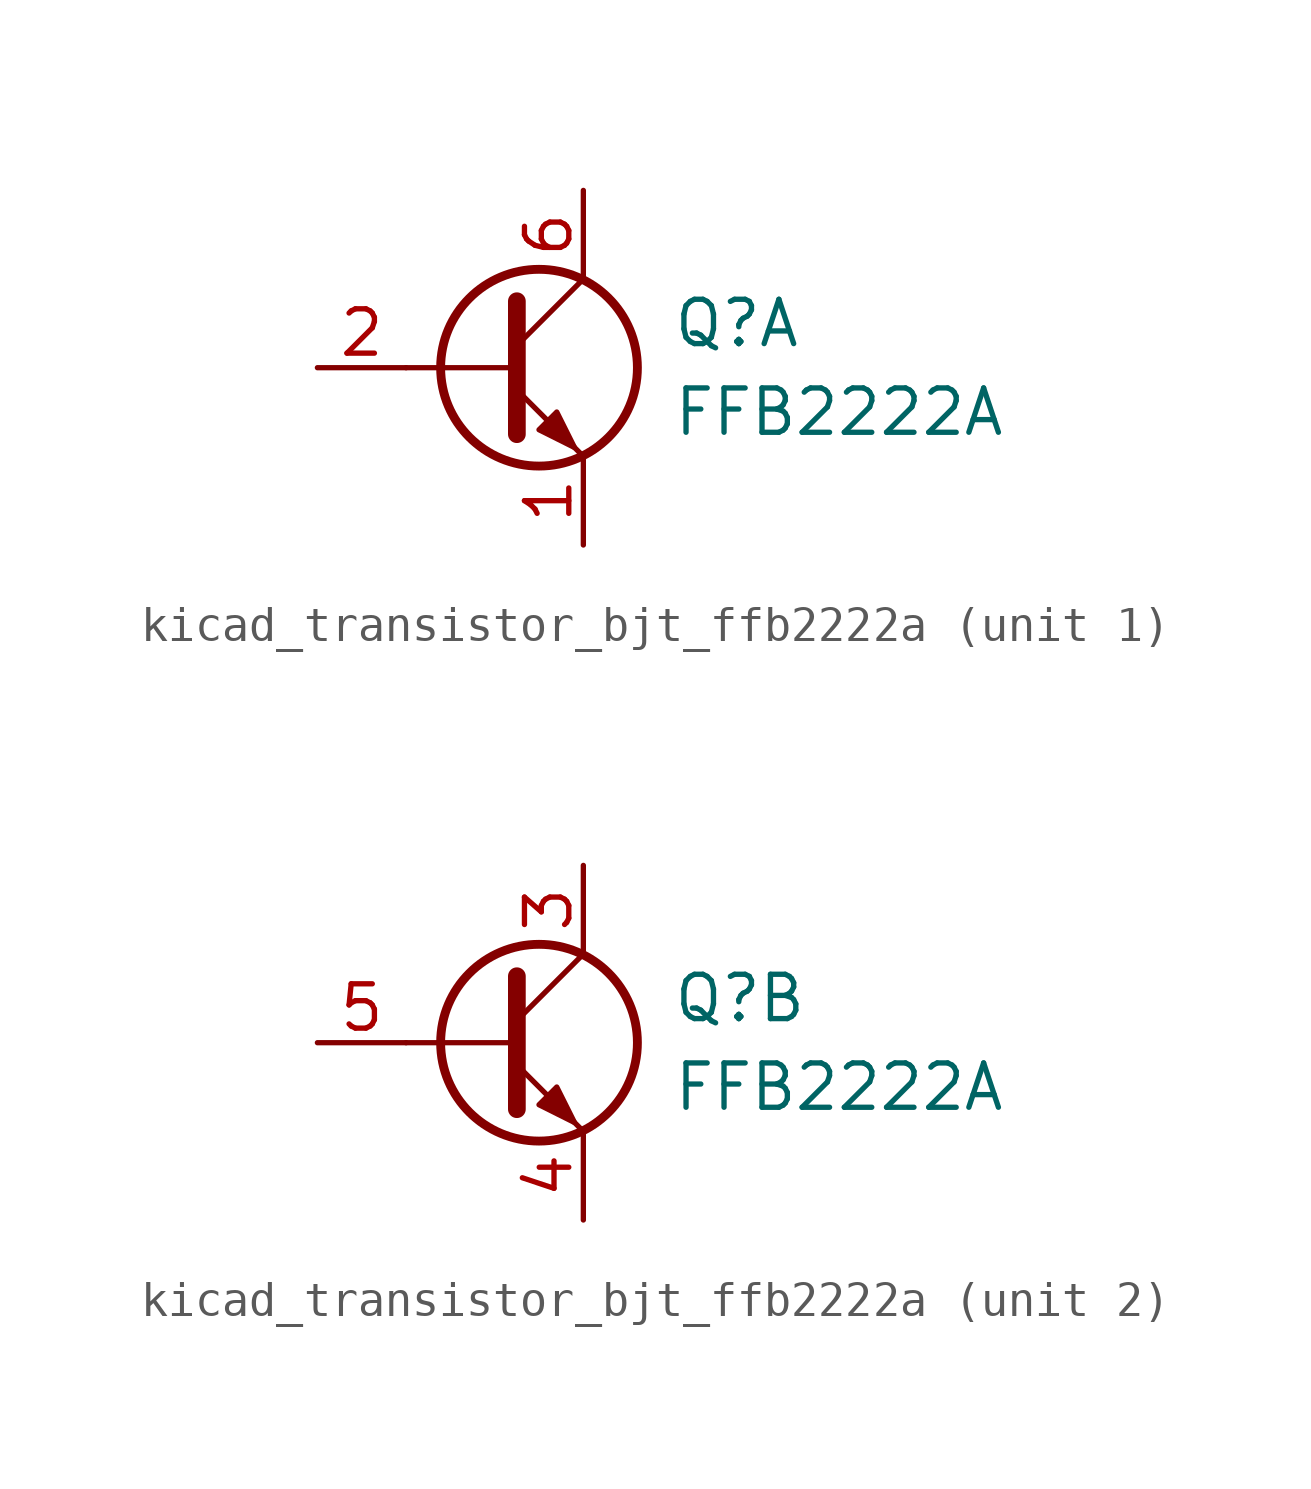
<source format=kicad_sym>
(kicad_symbol_lib
  (version 20220914)
  (generator kicad_symbol_editor)
  (symbol "kicad_transistor_bjt_ffb2222a"
    (pin_names
      (offset 0) hide)
    (property "Reference" "Q"
      (at 5.08 1.27 0)
      (effects (font (size 1.27 1.27)) (justify left)))
    (property "Value" "FFB2222A"
      (at 5.08 -1.27 0)
      (effects (font (size 1.27 1.27)) (justify left)))
    (property "ki_locked" ""
      (at 0 0 0)
      (effects (font (size 1.27 1.27))))
    (symbol "kicad_transistor_bjt_ffb2222a_0_1"
      (polyline (pts (xy 0.635 0) (xy -2.54 0)) (stroke (width 0) (type default)) (fill (type none)))
      (polyline (pts (xy 0.635 0.635) (xy 2.54 2.54)) (stroke (width 0) (type default)) (fill (type none)))
      (polyline (pts (xy 0.635 -0.635) (xy 2.54 -2.54) (xy 2.54 -2.54)) (stroke (width 0) (type default)) (fill (type none)))
      (polyline (pts (xy 0.635 1.905) (xy 0.635 -1.905) (xy 0.635 -1.905)) (stroke (width 0.508) (type default)) (fill (type none)))
      (polyline (pts (xy 1.27 -1.778) (xy 1.778 -1.27) (xy 2.286 -2.286) (xy 1.27 -1.778) (xy 1.27 -1.778)) (stroke (width 0) (type default)) (fill (type outline)))
      (circle (center 1.27 0) (radius 2.819) (stroke (width 0.254) (type default)) (fill (type none))))
    (symbol "kicad_transistor_bjt_ffb2222a_1_1"
      (pin passive line (at 2.54 -5.08 90) (length 2.54) (name "E1" (effects (font (size 1.27 1.27)))) (number "1" (effects (font (size 1.27 1.27)))))
      (pin input line (at -5.08 0 0) (length 2.54) (name "B1" (effects (font (size 1.27 1.27)))) (number "2" (effects (font (size 1.27 1.27)))))
      (pin passive line (at 2.54 5.08 270) (length 2.54) (name "C1" (effects (font (size 1.27 1.27)))) (number "6" (effects (font (size 1.27 1.27))))))
    (symbol "kicad_transistor_bjt_ffb2222a_2_1"
      (pin passive line (at 2.54 5.08 270) (length 2.54) (name "C2" (effects (font (size 1.27 1.27)))) (number "3" (effects (font (size 1.27 1.27)))))
      (pin passive line (at 2.54 -5.08 90) (length 2.54) (name "E2" (effects (font (size 1.27 1.27)))) (number "4" (effects (font (size 1.27 1.27)))))
      (pin input line (at -5.08 0 0) (length 2.54) (name "B2" (effects (font (size 1.27 1.27)))) (number "5" (effects (font (size 1.27 1.27))))))))
</source>
